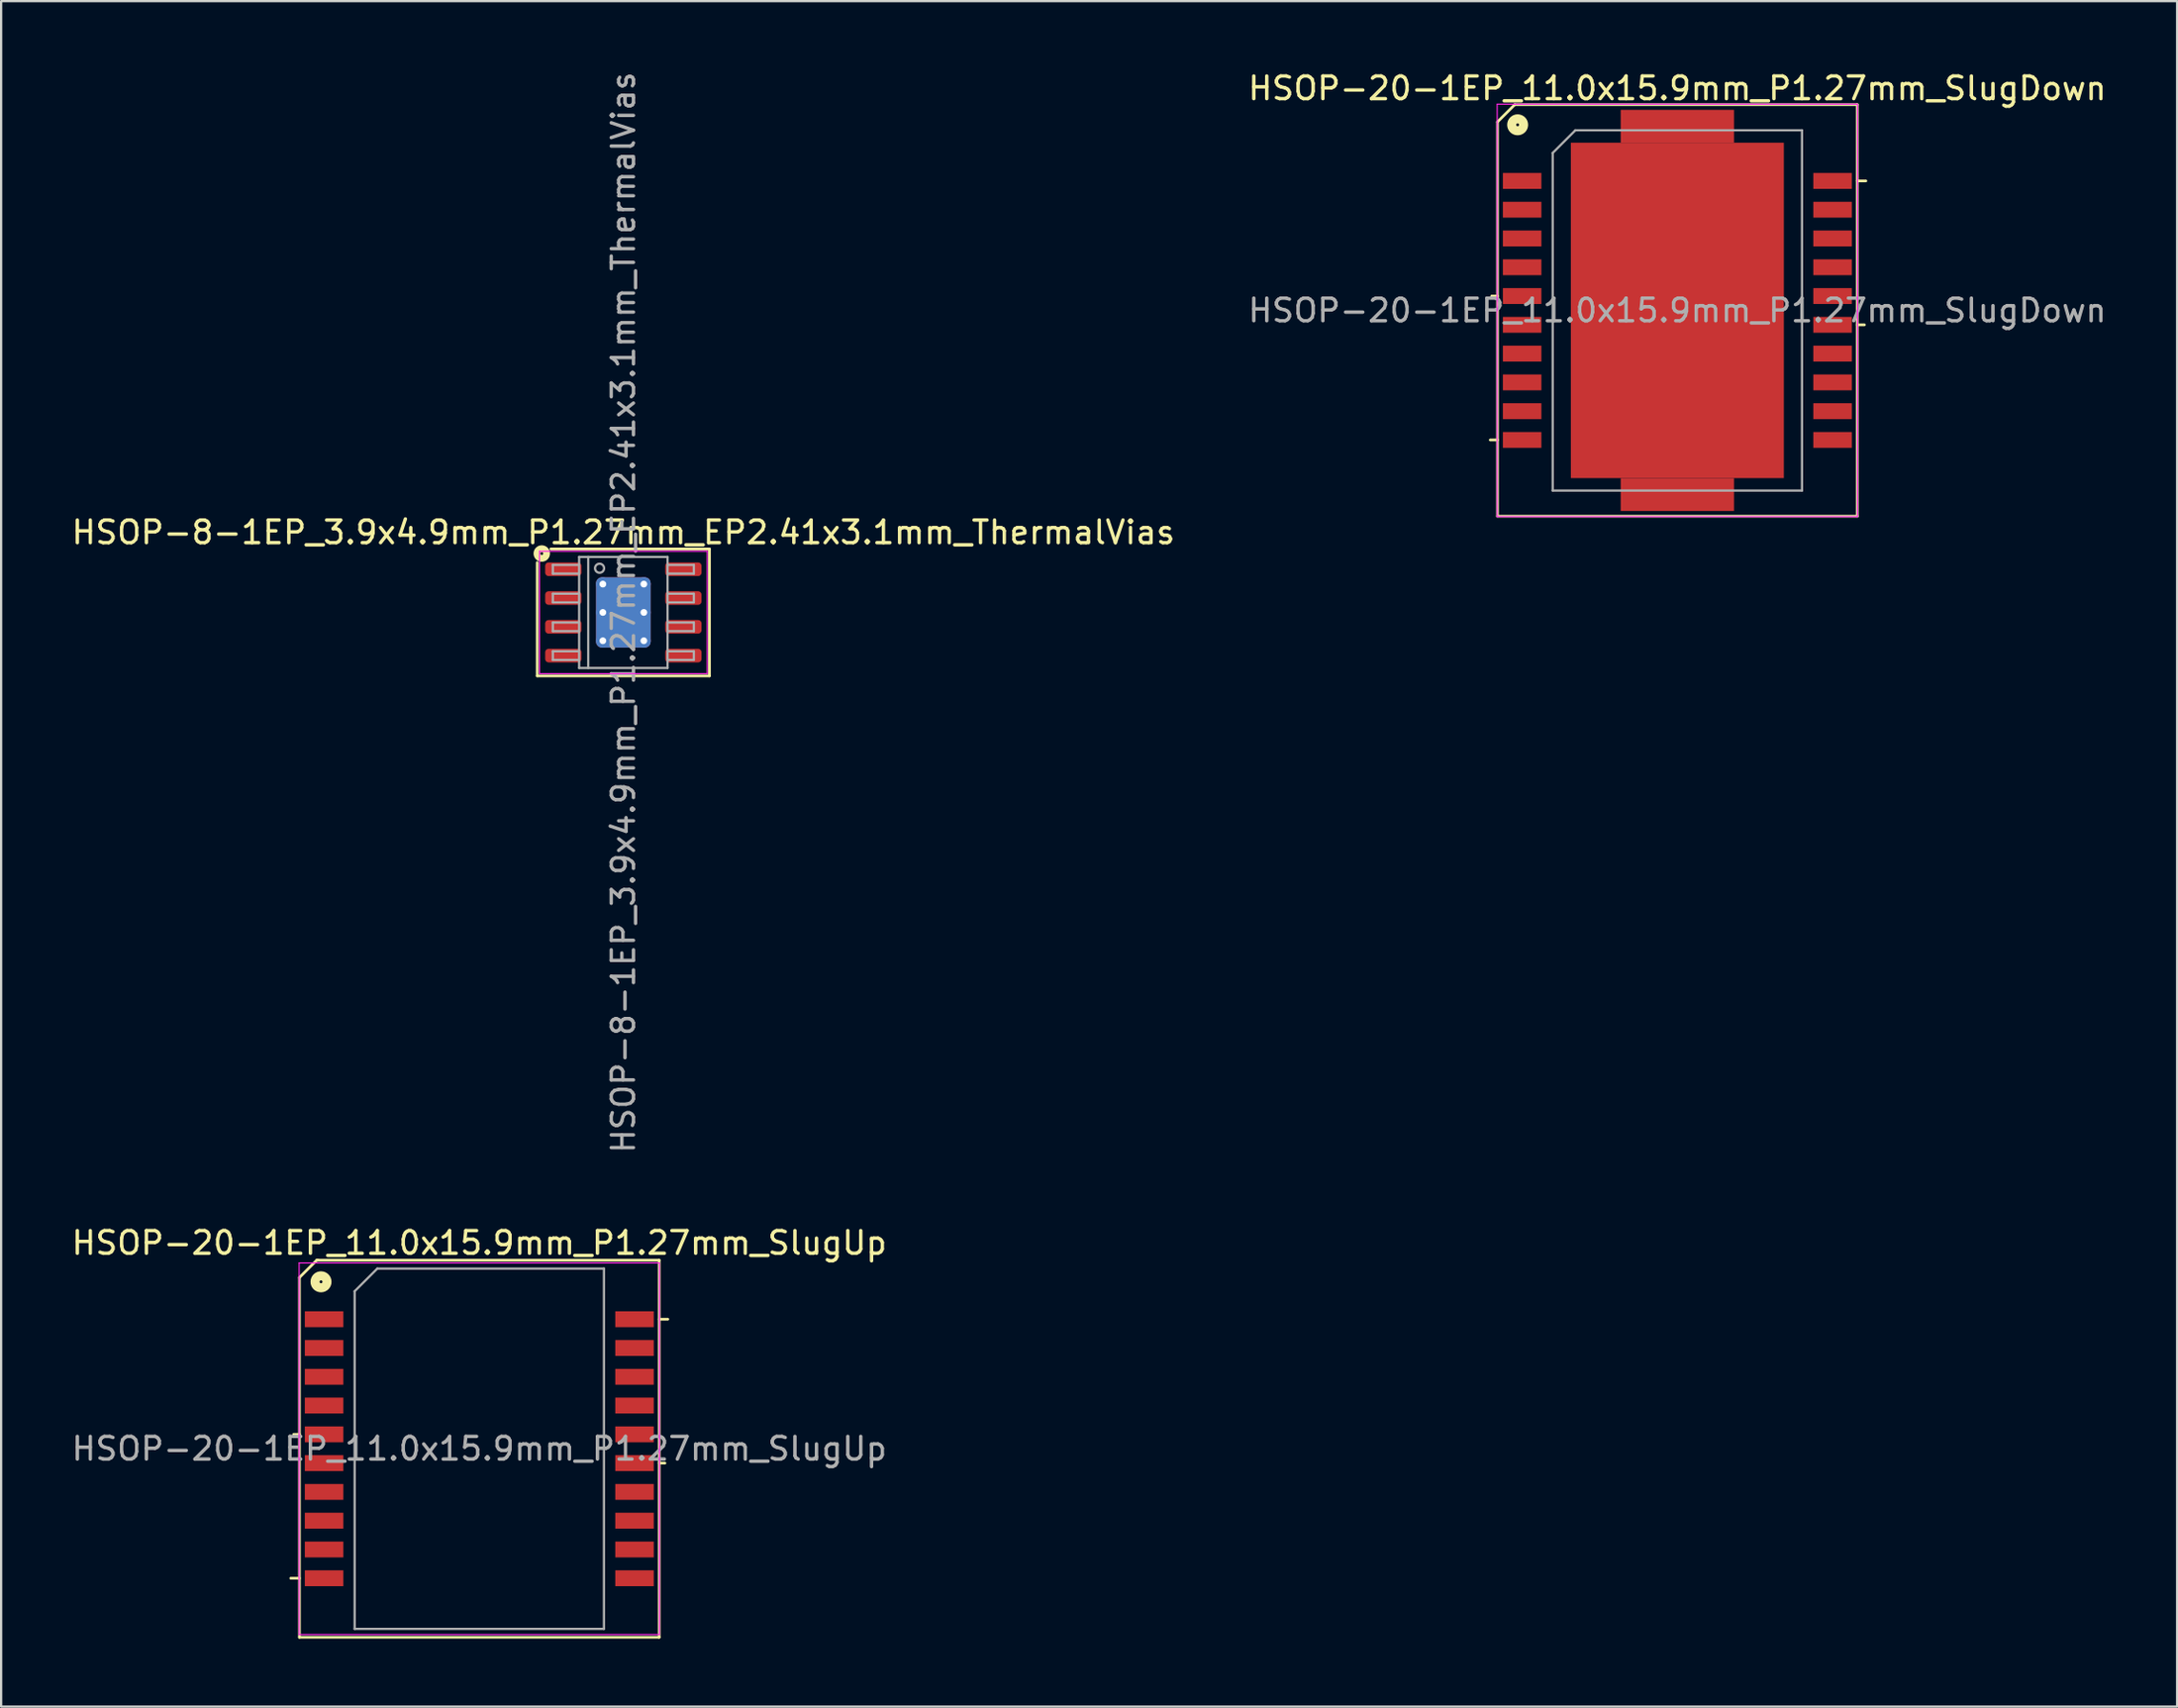
<source format=kicad_pcb>
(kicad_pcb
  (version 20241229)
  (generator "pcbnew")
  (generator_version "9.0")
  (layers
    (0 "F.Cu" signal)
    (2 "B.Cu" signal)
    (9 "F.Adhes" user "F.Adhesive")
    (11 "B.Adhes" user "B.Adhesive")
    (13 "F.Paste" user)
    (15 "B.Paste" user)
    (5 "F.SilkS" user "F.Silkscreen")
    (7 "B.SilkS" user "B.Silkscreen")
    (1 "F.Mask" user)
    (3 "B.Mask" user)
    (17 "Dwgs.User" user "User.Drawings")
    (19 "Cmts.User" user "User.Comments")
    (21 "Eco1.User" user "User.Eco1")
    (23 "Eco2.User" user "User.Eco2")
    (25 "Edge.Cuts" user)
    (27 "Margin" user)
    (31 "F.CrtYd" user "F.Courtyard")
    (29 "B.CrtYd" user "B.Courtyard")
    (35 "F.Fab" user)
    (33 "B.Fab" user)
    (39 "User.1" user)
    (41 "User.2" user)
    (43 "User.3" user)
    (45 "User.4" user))
  (footprint "HSOP-8-1EP_3.9x4.9mm_P1.27mm_EP2.41x3.1mm_ThermalVias"
    (layer "F.Cu")
    (at 24.458 23.974)
    (property "Reference" "HSOP-8-1EP_3.9x4.9mm_P1.27mm_EP2.41x3.1mm_ThermalVias" (at 0 -3.533 0) (layer "F.SilkS") (effects (font (size 1 1) (thickness 0.15))))
    (attr smd)
    (fp_line (start -3.8 2.8) (end -3.8 -2.2) (stroke (width 0.12) (type solid)) (layer "F.SilkS"))
    (fp_line (start -3.2 -2.8) (end 3.8 -2.8) (stroke (width 0.12) (type solid)) (layer "F.SilkS"))
    (fp_line (start 3.8 -2.8) (end 3.8 2.8) (stroke (width 0.12) (type solid)) (layer "F.SilkS"))
    (fp_line (start 3.8 2.8) (end -3.8 2.8) (stroke (width 0.12) (type solid)) (layer "F.SilkS"))
    (fp_circle (center -3.6 -2.6) (end -3.537 -2.6) (stroke (width 0.3) (type solid)) (fill no) (layer "F.SilkS"))
    (fp_line (start -3.7 -2.7) (end -3.7 2.7) (stroke (width 0.05) (type solid)) (layer "F.CrtYd"))
    (fp_line (start -3.7 2.7) (end 3.7 2.7) (stroke (width 0.05) (type solid)) (layer "F.CrtYd"))
    (fp_line (start 3.7 -2.7) (end -3.7 -2.7) (stroke (width 0.05) (type solid)) (layer "F.CrtYd"))
    (fp_line (start 3.7 2.7) (end 3.7 -2.7) (stroke (width 0.05) (type solid)) (layer "F.CrtYd"))
    (fp_line (start -3.111 -2.095) (end -3.111 -1.714) (stroke (width 0.1) (type solid)) (layer "F.Fab"))
    (fp_line (start -3.111 -2.095) (end -1.968 -2.095) (stroke (width 0.1) (type solid)) (layer "F.Fab"))
    (fp_line (start -3.111 -1.714) (end -1.968 -1.714) (stroke (width 0.1) (type solid)) (layer "F.Fab"))
    (fp_line (start -3.111 -0.826) (end -3.111 -0.445) (stroke (width 0.1) (type solid)) (layer "F.Fab"))
    (fp_line (start -3.111 -0.826) (end -1.968 -0.826) (stroke (width 0.1) (type solid)) (layer "F.Fab"))
    (fp_line (start -3.111 -0.445) (end -1.968 -0.445) (stroke (width 0.1) (type solid)) (layer "F.Fab"))
    (fp_line (start -3.111 0.445) (end -3.111 0.826) (stroke (width 0.1) (type solid)) (layer "F.Fab"))
    (fp_line (start -3.111 0.445) (end -1.968 0.445) (stroke (width 0.1) (type solid)) (layer "F.Fab"))
    (fp_line (start -3.111 0.826) (end -1.968 0.826) (stroke (width 0.1) (type solid)) (layer "F.Fab"))
    (fp_line (start -3.111 1.714) (end -3.111 2.095) (stroke (width 0.1) (type solid)) (layer "F.Fab"))
    (fp_line (start -3.111 1.714) (end -1.968 1.714) (stroke (width 0.1) (type solid)) (layer "F.Fab"))
    (fp_line (start -3.111 2.095) (end -1.968 2.095) (stroke (width 0.1) (type solid)) (layer "F.Fab"))
    (fp_line (start -1.95 -2.45) (end 1.95 -2.45) (stroke (width 0.1) (type solid)) (layer "F.Fab"))
    (fp_line (start -1.95 2.45) (end -1.95 -2.45) (stroke (width 0.1) (type solid)) (layer "F.Fab"))
    (fp_line (start -1.55 -2.45) (end -1.55 2.45) (stroke (width 0.1) (type solid)) (layer "F.Fab"))
    (fp_line (start 1.95 -2.45) (end 1.95 2.45) (stroke (width 0.1) (type solid)) (layer "F.Fab"))
    (fp_line (start 1.95 2.45) (end -1.95 2.45) (stroke (width 0.1) (type solid)) (layer "F.Fab"))
    (fp_line (start 3.111 -2.095) (end 1.968 -2.095) (stroke (width 0.1) (type solid)) (layer "F.Fab"))
    (fp_line (start 3.111 -1.714) (end 1.968 -1.714) (stroke (width 0.1) (type solid)) (layer "F.Fab"))
    (fp_line (start 3.111 -1.714) (end 3.111 -2.095) (stroke (width 0.1) (type solid)) (layer "F.Fab"))
    (fp_line (start 3.111 -0.826) (end 1.968 -0.826) (stroke (width 0.1) (type solid)) (layer "F.Fab"))
    (fp_line (start 3.111 -0.445) (end 1.968 -0.445) (stroke (width 0.1) (type solid)) (layer "F.Fab"))
    (fp_line (start 3.111 -0.445) (end 3.111 -0.826) (stroke (width 0.1) (type solid)) (layer "F.Fab"))
    (fp_line (start 3.111 0.445) (end 1.968 0.445) (stroke (width 0.1) (type solid)) (layer "F.Fab"))
    (fp_line (start 3.111 0.826) (end 1.968 0.826) (stroke (width 0.1) (type solid)) (layer "F.Fab"))
    (fp_line (start 3.111 0.826) (end 3.111 0.445) (stroke (width 0.1) (type solid)) (layer "F.Fab"))
    (fp_line (start 3.111 1.714) (end 1.968 1.714) (stroke (width 0.1) (type solid)) (layer "F.Fab"))
    (fp_line (start 3.111 2.095) (end 1.968 2.095) (stroke (width 0.1) (type solid)) (layer "F.Fab"))
    (fp_line (start 3.111 2.095) (end 3.111 1.714) (stroke (width 0.1) (type solid)) (layer "F.Fab"))
    (fp_circle (center -1.05 -1.95) (end -0.85 -1.95) (stroke (width 0.1) (type solid)) (fill no) (layer "F.Fab"))
    (fp_text user "${REFERENCE}" (at 0 0 90) (layer "F.Fab") (effects (font (size 0.98 0.98) (thickness 0.15))))
    (pad "" smd roundrect (at -0.6 -0.775) (size 0.97 1.25) (layers "F.Paste") (roundrect_rratio 0.25))
    (pad "" smd roundrect (at -0.6 0.775) (size 0.97 1.25) (layers "F.Paste") (roundrect_rratio 0.25))
    (pad "" smd roundrect (at 0.6 -0.775) (size 0.97 1.25) (layers "F.Paste") (roundrect_rratio 0.25))
    (pad "" smd roundrect (at 0.6 0.775) (size 0.97 1.25) (layers "F.Paste") (roundrect_rratio 0.25))
    (pad "1" smd roundrect (at -2.65 -1.905) (size 1.6 0.6) (layers "F.Cu" "F.Mask" "F.Paste") (roundrect_rratio 0.25))
    (pad "2" smd roundrect (at -2.65 -0.635) (size 1.6 0.6) (layers "F.Cu" "F.Mask" "F.Paste") (roundrect_rratio 0.25))
    (pad "3" smd roundrect (at -2.65 0.635) (size 1.6 0.6) (layers "F.Cu" "F.Mask" "F.Paste") (roundrect_rratio 0.25))
    (pad "4" smd roundrect (at -2.65 1.905) (size 1.6 0.6) (layers "F.Cu" "F.Mask" "F.Paste") (roundrect_rratio 0.25))
    (pad "5" smd roundrect (at 2.65 1.905) (size 1.6 0.6) (layers "F.Cu" "F.Mask" "F.Paste") (roundrect_rratio 0.25))
    (pad "6" smd roundrect (at 2.65 0.635) (size 1.6 0.6) (layers "F.Cu" "F.Mask" "F.Paste") (roundrect_rratio 0.25))
    (pad "7" smd roundrect (at 2.65 -0.635) (size 1.6 0.6) (layers "F.Cu" "F.Mask" "F.Paste") (roundrect_rratio 0.25))
    (pad "8" smd roundrect (at 2.65 -1.905) (size 1.6 0.6) (layers "F.Cu" "F.Mask" "F.Paste") (roundrect_rratio 0.25))
    (pad "9" thru_hole circle (at -0.905 -1.25) (size 0.6 0.6) (drill 0.3) (property pad_prop_heatsink) (layers "*.Cu"))
    (pad "9" thru_hole circle (at -0.905 0) (size 0.6 0.6) (drill 0.3) (property pad_prop_heatsink) (layers "*.Cu"))
    (pad "9" thru_hole circle (at -0.905 1.25) (size 0.6 0.6) (drill 0.3) (property pad_prop_heatsink) (layers "*.Cu"))
    (pad "9" smd roundrect (at 0 0) (size 2.41 3.1) (layers "F.Cu" "F.Mask") (roundrect_rratio 0.104))
    (pad "9" smd roundrect (at 0 0) (size 2.41 3.1) (layers "B.Cu" "B.Mask") (roundrect_rratio 0.104))
    (pad "9" thru_hole circle (at 0.905 -1.25) (size 0.6 0.6) (drill 0.3) (property pad_prop_heatsink) (layers "*.Cu"))
    (pad "9" thru_hole circle (at 0.905 0) (size 0.6 0.6) (drill 0.3) (property pad_prop_heatsink) (layers "*.Cu"))
    (pad "9" thru_hole circle (at 0.905 1.25) (size 0.6 0.6) (drill 0.3) (property pad_prop_heatsink) (layers "*.Cu")))
  (footprint "HSOP-20-1EP_11.0x15.9mm_P1.27mm_SlugDown"
    (layer "F.Cu")
    (at 70.97 10.648)
    (property "Reference" "HSOP-20-1EP_11.0x15.9mm_P1.27mm_SlugDown" (at 0 -9.8 0) (layer "F.SilkS") (effects (font (size 1 1) (thickness 0.15))))
    (attr smd)
    (fp_line (start -7.938 -8.319) (end -7.938 9.081) (stroke (width 0.12) (type solid)) (layer "F.SilkS"))
    (fp_line (start -7.938 -8.319) (end -7.176 -9.081) (stroke (width 0.12) (type solid)) (layer "F.SilkS"))
    (fp_line (start -7.938 -0.635) (end -8.191 -0.635) (stroke (width 0.12) (type solid)) (layer "F.SilkS"))
    (fp_line (start -7.938 5.715) (end -8.255 5.715) (stroke (width 0.12) (type solid)) (layer "F.SilkS"))
    (fp_line (start -7.938 9.081) (end 7.938 9.081) (stroke (width 0.12) (type solid)) (layer "F.SilkS"))
    (fp_line (start 7.938 -9.081) (end -7.176 -9.081) (stroke (width 0.12) (type solid)) (layer "F.SilkS"))
    (fp_line (start 7.938 -5.715) (end 8.319 -5.715) (stroke (width 0.12) (type solid)) (layer "F.SilkS"))
    (fp_line (start 7.938 0.635) (end 8.255 0.635) (stroke (width 0.12) (type solid)) (layer "F.SilkS"))
    (fp_line (start 7.938 9.081) (end 7.938 -9.081) (stroke (width 0.12) (type solid)) (layer "F.SilkS"))
    (fp_circle (center -7.048 -8.191) (end -6.985 -8.191) (stroke (width 0.4) (type solid)) (fill no) (layer "F.SilkS"))
    (fp_line (start -7.95 -9.1) (end -7.95 9.1) (stroke (width 0.05) (type solid)) (layer "F.CrtYd"))
    (fp_line (start -7.95 -9.1) (end 7.95 -9.1) (stroke (width 0.05) (type solid)) (layer "F.CrtYd"))
    (fp_line (start 7.95 9.1) (end -7.95 9.1) (stroke (width 0.05) (type solid)) (layer "F.CrtYd"))
    (fp_line (start 7.95 9.1) (end 7.95 -9.1) (stroke (width 0.05) (type solid)) (layer "F.CrtYd"))
    (fp_line (start -5.5 -6.95) (end -5.5 7.95) (stroke (width 0.1) (type solid)) (layer "F.Fab"))
    (fp_line (start -5.5 7.95) (end 5.5 7.95) (stroke (width 0.1) (type solid)) (layer "F.Fab"))
    (fp_line (start -4.5 -7.95) (end -5.5 -6.95) (stroke (width 0.1) (type solid)) (layer "F.Fab"))
    (fp_line (start 5.5 -7.95) (end -4.5 -7.95) (stroke (width 0.1) (type solid)) (layer "F.Fab"))
    (fp_line (start 5.5 7.95) (end 5.5 -7.95) (stroke (width 0.1) (type solid)) (layer "F.Fab"))
    (fp_text user "${REFERENCE}" (at 0 0 0) (layer "F.Fab") (effects (font (size 1 1) (thickness 0.15))))
    (pad "1" smd rect (at -6.85 -5.715) (size 1.7 0.7) (layers "F.Cu" "F.Mask" "F.Paste"))
    (pad "2" smd rect (at -6.85 -4.445) (size 1.7 0.7) (layers "F.Cu" "F.Mask" "F.Paste"))
    (pad "3" smd rect (at -6.85 -3.175) (size 1.7 0.7) (layers "F.Cu" "F.Mask" "F.Paste"))
    (pad "4" smd rect (at -6.85 -1.905) (size 1.7 0.7) (layers "F.Cu" "F.Mask" "F.Paste"))
    (pad "5" smd rect (at -6.85 -0.635) (size 1.7 0.7) (layers "F.Cu" "F.Mask" "F.Paste"))
    (pad "6" smd rect (at -6.85 0.635) (size 1.7 0.7) (layers "F.Cu" "F.Mask" "F.Paste"))
    (pad "7" smd rect (at -6.85 1.905) (size 1.7 0.7) (layers "F.Cu" "F.Mask" "F.Paste"))
    (pad "8" smd rect (at -6.85 3.175) (size 1.7 0.7) (layers "F.Cu" "F.Mask" "F.Paste"))
    (pad "9" smd rect (at -6.85 4.445) (size 1.7 0.7) (layers "F.Cu" "F.Mask" "F.Paste"))
    (pad "10" smd rect (at -6.85 5.715) (size 1.7 0.7) (layers "F.Cu" "F.Mask" "F.Paste"))
    (pad "11" smd rect (at 6.85 5.715) (size 1.7 0.7) (layers "F.Cu" "F.Mask" "F.Paste"))
    (pad "12" smd rect (at 6.85 4.445) (size 1.7 0.7) (layers "F.Cu" "F.Mask" "F.Paste"))
    (pad "13" smd rect (at 6.85 3.175) (size 1.7 0.7) (layers "F.Cu" "F.Mask" "F.Paste"))
    (pad "14" smd rect (at 6.85 1.905) (size 1.7 0.7) (layers "F.Cu" "F.Mask" "F.Paste"))
    (pad "15" smd rect (at 6.85 0.635) (size 1.7 0.7) (layers "F.Cu" "F.Mask" "F.Paste"))
    (pad "16" smd rect (at 6.85 -0.635) (size 1.7 0.7) (layers "F.Cu" "F.Mask" "F.Paste"))
    (pad "17" smd rect (at 6.85 -1.905) (size 1.7 0.7) (layers "F.Cu" "F.Mask" "F.Paste"))
    (pad "18" smd rect (at 6.85 -3.175) (size 1.7 0.7) (layers "F.Cu" "F.Mask" "F.Paste"))
    (pad "19" smd rect (at 6.85 -4.445) (size 1.7 0.7) (layers "F.Cu" "F.Mask" "F.Paste"))
    (pad "20" smd rect (at 6.85 -5.715) (size 1.7 0.7) (layers "F.Cu" "F.Mask" "F.Paste"))
    (pad "21" smd rect (at 0 -8.125) (size 5 1.45) (layers "F.Cu" "F.Mask" "F.Paste"))
    (pad "21" smd rect (at 0 0) (size 9.4 14.8) (layers "F.Cu" "F.Mask" "F.Paste"))
    (pad "21" smd rect (at 0 8.125) (size 5 1.45) (layers "F.Cu" "F.Mask" "F.Paste")))
  (footprint "HSOP-20-1EP_11.0x15.9mm_P1.27mm_SlugUp"
    (layer "F.Cu")
    (at 18.101 60.876)
    (property "Reference" "HSOP-20-1EP_11.0x15.9mm_P1.27mm_SlugUp" (at 0 -9.081 0) (layer "F.SilkS") (effects (font (size 1 1) (thickness 0.15))))
    (attr smd)
    (fp_line (start -7.938 -7.556) (end -7.938 8.319) (stroke (width 0.12) (type solid)) (layer "F.SilkS"))
    (fp_line (start -7.938 -7.556) (end -7.176 -8.319) (stroke (width 0.12) (type solid)) (layer "F.SilkS"))
    (fp_line (start -7.938 -0.635) (end -8.191 -0.635) (stroke (width 0.12) (type solid)) (layer "F.SilkS"))
    (fp_line (start -7.938 5.715) (end -8.319 5.715) (stroke (width 0.12) (type solid)) (layer "F.SilkS"))
    (fp_line (start -7.938 8.319) (end 7.938 8.319) (stroke (width 0.12) (type solid)) (layer "F.SilkS"))
    (fp_line (start -7.112 -8.319) (end -7.176 -8.319) (stroke (width 0.12) (type solid)) (layer "F.SilkS"))
    (fp_line (start 7.938 -8.319) (end -7.112 -8.319) (stroke (width 0.12) (type solid)) (layer "F.SilkS"))
    (fp_line (start 7.938 -5.715) (end 8.319 -5.715) (stroke (width 0.12) (type solid)) (layer "F.SilkS"))
    (fp_line (start 7.938 0.635) (end 8.191 0.635) (stroke (width 0.12) (type solid)) (layer "F.SilkS"))
    (fp_line (start 7.938 8.319) (end 7.938 -8.319) (stroke (width 0.12) (type solid)) (layer "F.SilkS"))
    (fp_circle (center -6.985 -7.366) (end -6.921 -7.366) (stroke (width 0.4) (type solid)) (fill no) (layer "F.SilkS"))
    (fp_line (start -7.95 -8.2) (end -7.95 8.2) (stroke (width 0.05) (type solid)) (layer "F.CrtYd"))
    (fp_line (start -7.95 -8.2) (end 7.95 -8.2) (stroke (width 0.05) (type solid)) (layer "F.CrtYd"))
    (fp_line (start 7.95 8.2) (end -7.95 8.2) (stroke (width 0.05) (type solid)) (layer "F.CrtYd"))
    (fp_line (start 7.95 8.2) (end 7.95 -8.2) (stroke (width 0.05) (type solid)) (layer "F.CrtYd"))
    (fp_line (start -5.5 -6.95) (end -5.5 7.95) (stroke (width 0.1) (type solid)) (layer "F.Fab"))
    (fp_line (start -5.5 7.95) (end 5.5 7.95) (stroke (width 0.1) (type solid)) (layer "F.Fab"))
    (fp_line (start -4.5 -7.95) (end -5.5 -6.95) (stroke (width 0.1) (type solid)) (layer "F.Fab"))
    (fp_line (start 5.5 -7.95) (end -4.5 -7.95) (stroke (width 0.1) (type solid)) (layer "F.Fab"))
    (fp_line (start 5.5 7.95) (end 5.5 -7.95) (stroke (width 0.1) (type solid)) (layer "F.Fab"))
    (fp_text user "${REFERENCE}" (at 0 0 0) (layer "F.Fab") (effects (font (size 1 1) (thickness 0.15))))
    (pad "1" smd rect (at -6.85 -5.715) (size 1.7 0.7) (layers "F.Cu" "F.Mask" "F.Paste"))
    (pad "2" smd rect (at -6.85 -4.445) (size 1.7 0.7) (layers "F.Cu" "F.Mask" "F.Paste"))
    (pad "3" smd rect (at -6.85 -3.175) (size 1.7 0.7) (layers "F.Cu" "F.Mask" "F.Paste"))
    (pad "4" smd rect (at -6.85 -1.905) (size 1.7 0.7) (layers "F.Cu" "F.Mask" "F.Paste"))
    (pad "5" smd rect (at -6.85 -0.635) (size 1.7 0.7) (layers "F.Cu" "F.Mask" "F.Paste"))
    (pad "6" smd rect (at -6.85 0.635) (size 1.7 0.7) (layers "F.Cu" "F.Mask" "F.Paste"))
    (pad "7" smd rect (at -6.85 1.905) (size 1.7 0.7) (layers "F.Cu" "F.Mask" "F.Paste"))
    (pad "8" smd rect (at -6.85 3.175) (size 1.7 0.7) (layers "F.Cu" "F.Mask" "F.Paste"))
    (pad "9" smd rect (at -6.85 4.445) (size 1.7 0.7) (layers "F.Cu" "F.Mask" "F.Paste"))
    (pad "10" smd rect (at -6.85 5.715) (size 1.7 0.7) (layers "F.Cu" "F.Mask" "F.Paste"))
    (pad "11" smd rect (at 6.85 5.715) (size 1.7 0.7) (layers "F.Cu" "F.Mask" "F.Paste"))
    (pad "12" smd rect (at 6.85 4.445) (size 1.7 0.7) (layers "F.Cu" "F.Mask" "F.Paste"))
    (pad "13" smd rect (at 6.85 3.175) (size 1.7 0.7) (layers "F.Cu" "F.Mask" "F.Paste"))
    (pad "14" smd rect (at 6.85 1.905) (size 1.7 0.7) (layers "F.Cu" "F.Mask" "F.Paste"))
    (pad "15" smd rect (at 6.85 0.635) (size 1.7 0.7) (layers "F.Cu" "F.Mask" "F.Paste"))
    (pad "16" smd rect (at 6.85 -0.635) (size 1.7 0.7) (layers "F.Cu" "F.Mask" "F.Paste"))
    (pad "17" smd rect (at 6.85 -1.905) (size 1.7 0.7) (layers "F.Cu" "F.Mask" "F.Paste"))
    (pad "18" smd rect (at 6.85 -3.175) (size 1.7 0.7) (layers "F.Cu" "F.Mask" "F.Paste"))
    (pad "19" smd rect (at 6.85 -4.445) (size 1.7 0.7) (layers "F.Cu" "F.Mask" "F.Paste"))
    (pad "20" smd rect (at 6.85 -5.715) (size 1.7 0.7) (layers "F.Cu" "F.Mask" "F.Paste")))
  (gr_rect
    (start -3 -3)
    (end 93.024 72.255)
    (stroke (width 0.1) (type default))
    (fill no)
    (layer "Edge.Cuts")))
</source>
